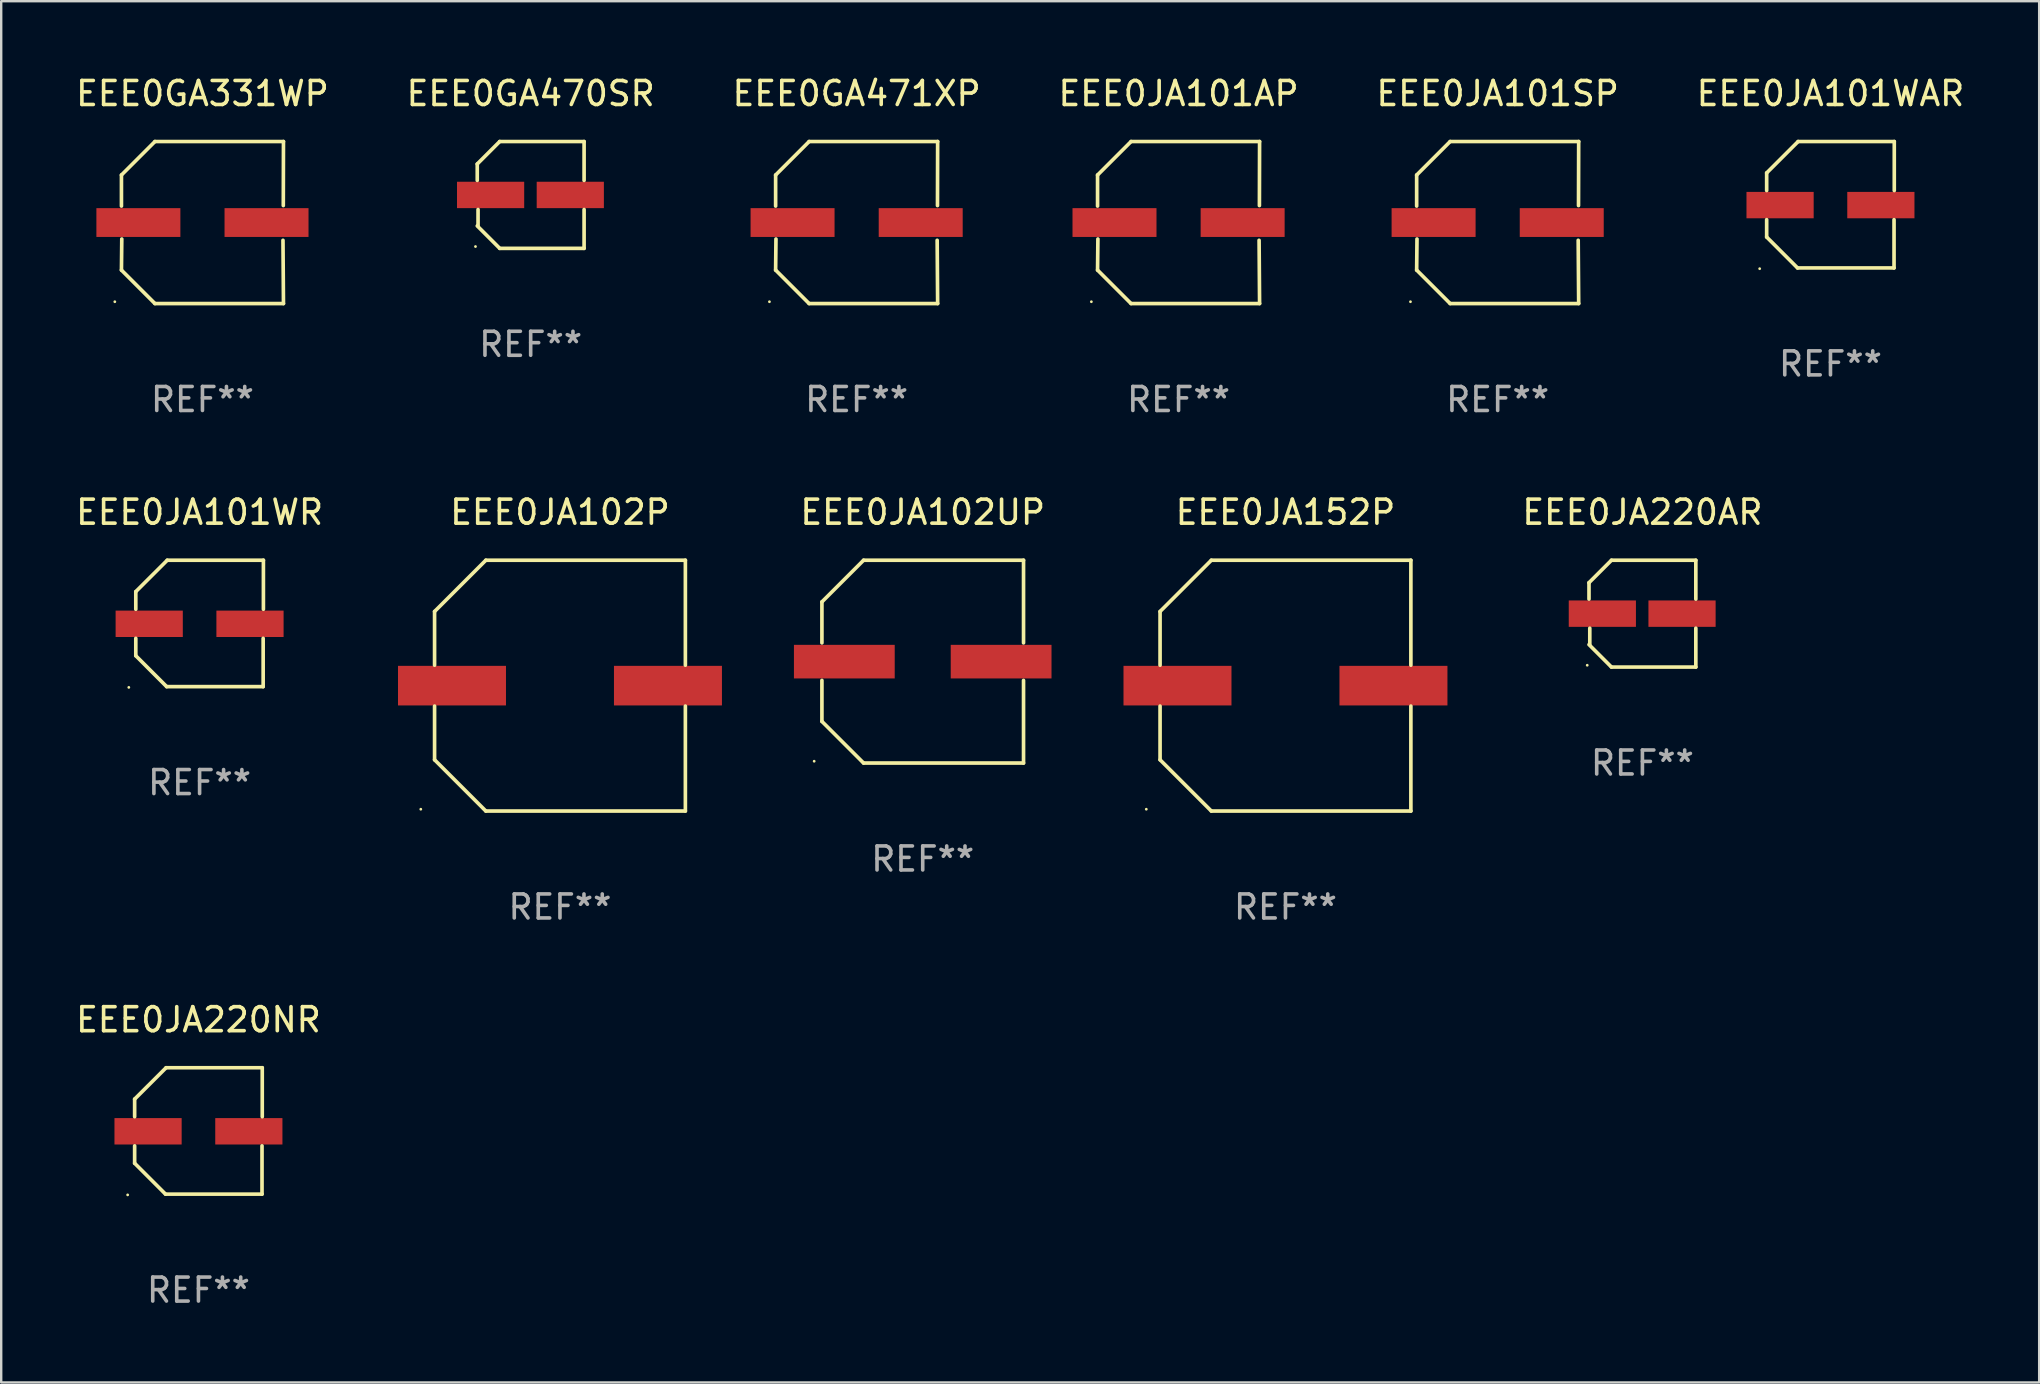
<source format=kicad_pcb>
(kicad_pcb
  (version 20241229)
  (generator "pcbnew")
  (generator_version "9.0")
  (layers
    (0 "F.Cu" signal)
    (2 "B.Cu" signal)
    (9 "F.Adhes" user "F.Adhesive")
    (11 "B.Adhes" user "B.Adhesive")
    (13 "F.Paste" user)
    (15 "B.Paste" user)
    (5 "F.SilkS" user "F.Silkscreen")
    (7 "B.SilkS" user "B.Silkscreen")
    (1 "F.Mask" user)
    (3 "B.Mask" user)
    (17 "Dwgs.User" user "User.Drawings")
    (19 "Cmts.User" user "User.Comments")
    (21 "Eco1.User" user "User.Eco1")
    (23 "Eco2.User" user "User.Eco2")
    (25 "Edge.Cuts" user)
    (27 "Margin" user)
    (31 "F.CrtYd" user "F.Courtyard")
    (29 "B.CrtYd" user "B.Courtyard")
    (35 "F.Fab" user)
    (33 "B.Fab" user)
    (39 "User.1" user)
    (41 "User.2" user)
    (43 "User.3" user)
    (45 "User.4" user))
  (footprint "EEE0JA220NR"
    (layer "F.Cu")
    (at 5.22 44.08)
    (property "Reference" "EEE0JA220NR" (at 0 -4.634 0) (layer "F.SilkS") (effects (font (size 1 1) (thickness 0.15))))
    (attr through_hole)
    (fp_line (start -2.659 -1.326) (end -2.659 -0.592) (stroke (width 0.152) (type solid)) (layer "F.SilkS"))
    (fp_line (start -2.659 1.346) (end -2.659 0.622) (stroke (width 0.152) (type solid)) (layer "F.SilkS"))
    (fp_line (start -1.372 2.634) (end -2.659 1.346) (stroke (width 0.152) (type solid)) (layer "F.SilkS"))
    (fp_line (start -1.349 -2.634) (end -2.659 -1.326) (stroke (width 0.152) (type solid)) (layer "F.SilkS"))
    (fp_line (start 2.649 0.622) (end 2.649 2.634) (stroke (width 0.152) (type solid)) (layer "F.SilkS"))
    (fp_line (start 2.649 2.634) (end -1.372 2.634) (stroke (width 0.152) (type solid)) (layer "F.SilkS"))
    (fp_line (start 2.659 -2.634) (end -1.349 -2.634) (stroke (width 0.152) (type solid)) (layer "F.SilkS"))
    (fp_line (start 2.659 -0.592) (end 2.659 -2.634) (stroke (width 0.152) (type solid)) (layer "F.SilkS"))
    (fp_circle (center -2.95 2.665) (end -2.92 2.665) (stroke (width 0.06) (type solid)) (fill no) (layer "F.SilkS"))
    (fp_text user "REF**" (at 0 6.634 0) (layer "F.Fab") (effects (font (size 1 1) (thickness 0.15))))
    (pad "1" smd rect (at -2.1 0.015) (size 2.8 1.1) (layers "F.Cu" "F.Mask" "F.Paste"))
    (pad "2" smd rect (at 2.1 0.015) (size 2.8 1.1) (layers "F.Cu" "F.Mask" "F.Paste")))
  (footprint "EEE0JA102P"
    (layer "F.Cu")
    (at 20.286 25.523)
    (property "Reference" "EEE0JA102P" (at 0 -7.226 0) (layer "F.SilkS") (effects (font (size 1 1) (thickness 0.15))))
    (attr through_hole)
    (fp_line (start -5.226 -3.09) (end -5.226 -0.852) (stroke (width 0.152) (type solid)) (layer "F.SilkS"))
    (fp_line (start -5.226 3.09) (end -5.226 0.852) (stroke (width 0.152) (type solid)) (layer "F.SilkS"))
    (fp_line (start -3.09 -5.226) (end -5.226 -3.09) (stroke (width 0.152) (type solid)) (layer "F.SilkS"))
    (fp_line (start -3.09 5.226) (end -5.226 3.09) (stroke (width 0.152) (type solid)) (layer "F.SilkS"))
    (fp_line (start 5.226 -5.226) (end -3.09 -5.226) (stroke (width 0.152) (type solid)) (layer "F.SilkS"))
    (fp_line (start 5.226 -0.852) (end 5.226 -5.226) (stroke (width 0.152) (type solid)) (layer "F.SilkS"))
    (fp_line (start 5.226 0.852) (end 5.226 5.226) (stroke (width 0.152) (type solid)) (layer "F.SilkS"))
    (fp_line (start 5.226 5.226) (end -3.09 5.226) (stroke (width 0.152) (type solid)) (layer "F.SilkS"))
    (fp_circle (center -5.8 5.15) (end -5.77 5.15) (stroke (width 0.06) (type solid)) (fill no) (layer "F.SilkS"))
    (fp_text user "REF**" (at 0 9.226 0) (layer "F.Fab") (effects (font (size 1 1) (thickness 0.15))))
    (pad "1" smd rect (at -4.5 0) (size 4.5 1.65) (layers "F.Cu" "F.Mask" "F.Paste"))
    (pad "2" smd rect (at 4.5 0) (size 4.5 1.65) (layers "F.Cu" "F.Mask" "F.Paste")))
  (footprint "EEE0JA220AR"
    (layer "F.Cu")
    (at 65.395 22.523)
    (property "Reference" "EEE0JA220AR" (at 0 -4.226 0) (layer "F.SilkS") (effects (font (size 1 1) (thickness 0.15))))
    (attr through_hole)
    (fp_line (start -2.226 -1.29) (end -2.226 -0.607) (stroke (width 0.152) (type solid)) (layer "F.SilkS"))
    (fp_line (start -2.193 1.29) (end -2.193 0.607) (stroke (width 0.152) (type solid)) (layer "F.SilkS"))
    (fp_line (start -1.29 2.226) (end -2.226 1.29) (stroke (width 0.152) (type solid)) (layer "F.SilkS"))
    (fp_line (start -1.29 -2.226) (end -2.226 -1.29) (stroke (width 0.152) (type solid)) (layer "F.SilkS"))
    (fp_line (start 2.226 -2.226) (end -1.29 -2.226) (stroke (width 0.152) (type solid)) (layer "F.SilkS"))
    (fp_line (start 2.226 -0.607) (end 2.226 -2.226) (stroke (width 0.152) (type solid)) (layer "F.SilkS"))
    (fp_line (start 2.226 0.607) (end 2.226 2.226) (stroke (width 0.152) (type solid)) (layer "F.SilkS"))
    (fp_line (start 2.226 2.226) (end -1.29 2.226) (stroke (width 0.152) (type solid)) (layer "F.SilkS"))
    (fp_circle (center -2.3 2.15) (end -2.27 2.15) (stroke (width 0.06) (type solid)) (fill no) (layer "F.SilkS"))
    (fp_text user "REF**" (at 0 6.226 0) (layer "F.Fab") (effects (font (size 1 1) (thickness 0.15))))
    (pad "1" smd rect (at -1.67 -0.000025) (size 2.8 1.1) (layers "F.Cu" "F.Mask" "F.Paste"))
    (pad "2" smd rect (at 1.651 -0.000025) (size 2.8 1.1) (layers "F.Cu" "F.Mask" "F.Paste")))
  (footprint "EEE0JA102UP"
    (layer "F.Cu")
    (at 35.403 24.523)
    (property "Reference" "EEE0JA102UP" (at 0 -6.226 0) (layer "F.SilkS") (effects (font (size 1 1) (thickness 0.15))))
    (attr through_hole)
    (fp_line (start -4.201 -2.49) (end -4.201 -0.782) (stroke (width 0.152) (type solid)) (layer "F.SilkS"))
    (fp_line (start -4.201 2.49) (end -4.201 0.782) (stroke (width 0.152) (type solid)) (layer "F.SilkS"))
    (fp_line (start -2.465 -4.226) (end -4.201 -2.49) (stroke (width 0.152) (type solid)) (layer "F.SilkS"))
    (fp_line (start -2.465 4.226) (end -4.201 2.49) (stroke (width 0.152) (type solid)) (layer "F.SilkS"))
    (fp_line (start 4.201 -4.226) (end -2.465 -4.226) (stroke (width 0.152) (type solid)) (layer "F.SilkS"))
    (fp_line (start 4.201 -0.782) (end 4.201 -4.226) (stroke (width 0.152) (type solid)) (layer "F.SilkS"))
    (fp_line (start 4.201 0.782) (end 4.201 4.226) (stroke (width 0.152) (type solid)) (layer "F.SilkS"))
    (fp_line (start 4.201 4.226) (end -2.465 4.226) (stroke (width 0.152) (type solid)) (layer "F.SilkS"))
    (fp_circle (center -4.524 4.15) (end -4.494 4.15) (stroke (width 0.06) (type solid)) (fill no) (layer "F.SilkS"))
    (fp_text user "REF**" (at 0 8.226 0) (layer "F.Fab") (effects (font (size 1 1) (thickness 0.15))))
    (pad "1" smd rect (at -3.267 0) (size 4.2 1.4) (layers "F.Cu" "F.Mask" "F.Paste"))
    (pad "2" smd rect (at 3.267 0) (size 4.2 1.4) (layers "F.Cu" "F.Mask" "F.Paste")))
  (footprint "EEE0JA152P"
    (layer "F.Cu")
    (at 50.52 25.523)
    (property "Reference" "EEE0JA152P" (at 0 -7.226 0) (layer "F.SilkS") (effects (font (size 1 1) (thickness 0.15))))
    (attr through_hole)
    (fp_line (start -5.226 -3.09) (end -5.226 -0.852) (stroke (width 0.152) (type solid)) (layer "F.SilkS"))
    (fp_line (start -5.226 3.09) (end -5.226 0.852) (stroke (width 0.152) (type solid)) (layer "F.SilkS"))
    (fp_line (start -3.09 -5.226) (end -5.226 -3.09) (stroke (width 0.152) (type solid)) (layer "F.SilkS"))
    (fp_line (start -3.09 5.226) (end -5.226 3.09) (stroke (width 0.152) (type solid)) (layer "F.SilkS"))
    (fp_line (start 5.226 -5.226) (end -3.09 -5.226) (stroke (width 0.152) (type solid)) (layer "F.SilkS"))
    (fp_line (start 5.226 -0.852) (end 5.226 -5.226) (stroke (width 0.152) (type solid)) (layer "F.SilkS"))
    (fp_line (start 5.226 0.852) (end 5.226 5.226) (stroke (width 0.152) (type solid)) (layer "F.SilkS"))
    (fp_line (start 5.226 5.226) (end -3.09 5.226) (stroke (width 0.152) (type solid)) (layer "F.SilkS"))
    (fp_circle (center -5.8 5.15) (end -5.77 5.15) (stroke (width 0.06) (type solid)) (fill no) (layer "F.SilkS"))
    (fp_text user "REF**" (at 0 9.226 0) (layer "F.Fab") (effects (font (size 1 1) (thickness 0.15))))
    (pad "1" smd rect (at -4.5 0) (size 4.5 1.65) (layers "F.Cu" "F.Mask" "F.Paste"))
    (pad "2" smd rect (at 4.5 0) (size 4.5 1.65) (layers "F.Cu" "F.Mask" "F.Paste")))
  (footprint "EEE0JA101WR"
    (layer "F.Cu")
    (at 5.268 22.931)
    (property "Reference" "EEE0JA101WR" (at 0 -4.634 0) (layer "F.SilkS") (effects (font (size 1 1) (thickness 0.15))))
    (attr through_hole)
    (fp_line (start -2.659 -1.326) (end -2.659 -0.592) (stroke (width 0.152) (type solid)) (layer "F.SilkS"))
    (fp_line (start -2.659 1.346) (end -2.659 0.622) (stroke (width 0.152) (type solid)) (layer "F.SilkS"))
    (fp_line (start -1.372 2.634) (end -2.659 1.346) (stroke (width 0.152) (type solid)) (layer "F.SilkS"))
    (fp_line (start -1.349 -2.634) (end -2.659 -1.326) (stroke (width 0.152) (type solid)) (layer "F.SilkS"))
    (fp_line (start 2.649 0.622) (end 2.649 2.634) (stroke (width 0.152) (type solid)) (layer "F.SilkS"))
    (fp_line (start 2.649 2.634) (end -1.372 2.634) (stroke (width 0.152) (type solid)) (layer "F.SilkS"))
    (fp_line (start 2.659 -2.634) (end -1.349 -2.634) (stroke (width 0.152) (type solid)) (layer "F.SilkS"))
    (fp_line (start 2.659 -0.592) (end 2.659 -2.634) (stroke (width 0.152) (type solid)) (layer "F.SilkS"))
    (fp_circle (center -2.95 2.665) (end -2.92 2.665) (stroke (width 0.06) (type solid)) (fill no) (layer "F.SilkS"))
    (fp_text user "REF**" (at 0 6.634 0) (layer "F.Fab") (effects (font (size 1 1) (thickness 0.15))))
    (pad "1" smd rect (at -2.1 0.015) (size 2.8 1.1) (layers "F.Cu" "F.Mask" "F.Paste"))
    (pad "2" smd rect (at 2.1 0.015) (size 2.8 1.1) (layers "F.Cu" "F.Mask" "F.Paste")))
  (footprint "EEE0JA101SP"
    (layer "F.Cu")
    (at 59.363 6.224)
    (property "Reference" "EEE0JA101SP" (at 0 -5.376 0) (layer "F.SilkS") (effects (font (size 1 1) (thickness 0.15))))
    (attr through_hole)
    (fp_line (start -3.376 -1.98) (end -3.376 -0.686) (stroke (width 0.152) (type solid)) (layer "F.SilkS"))
    (fp_line (start -3.376 1.981) (end -3.362 0.686) (stroke (width 0.152) (type solid)) (layer "F.SilkS"))
    (fp_line (start -1.981 3.376) (end -3.376 1.981) (stroke (width 0.152) (type solid)) (layer "F.SilkS"))
    (fp_line (start -1.98 -3.376) (end -3.376 -1.98) (stroke (width 0.152) (type solid)) (layer "F.SilkS"))
    (fp_line (start 3.356 0.74) (end 3.376 3.376) (stroke (width 0.152) (type solid)) (layer "F.SilkS"))
    (fp_line (start 3.369 -0.707) (end 3.376 -3.376) (stroke (width 0.152) (type solid)) (layer "F.SilkS"))
    (fp_line (start 3.376 3.376) (end -1.981 3.376) (stroke (width 0.152) (type solid)) (layer "F.SilkS"))
    (fp_line (start 3.376 -3.376) (end -1.98 -3.376) (stroke (width 0.152) (type solid)) (layer "F.SilkS"))
    (fp_circle (center -3.634 3.3) (end -3.604 3.3) (stroke (width 0.06) (type solid)) (fill no) (layer "F.SilkS"))
    (fp_text user "REF**" (at 0 7.376 0) (layer "F.Fab") (effects (font (size 1 1) (thickness 0.15))))
    (pad "1" smd rect (at -2.67 0.000254) (size 3.5 1.2) (layers "F.Cu" "F.Mask" "F.Paste"))
    (pad "2" smd rect (at 2.67 0.000254) (size 3.5 1.2) (layers "F.Cu" "F.Mask" "F.Paste")))
  (footprint "EEE0JA101AP"
    (layer "F.Cu")
    (at 46.065 6.224)
    (property "Reference" "EEE0JA101AP" (at 0 -5.376 0) (layer "F.SilkS") (effects (font (size 1 1) (thickness 0.15))))
    (attr through_hole)
    (fp_line (start -3.376 -1.98) (end -3.376 -0.686) (stroke (width 0.152) (type solid)) (layer "F.SilkS"))
    (fp_line (start -3.376 1.981) (end -3.362 0.686) (stroke (width 0.152) (type solid)) (layer "F.SilkS"))
    (fp_line (start -1.981 3.376) (end -3.376 1.981) (stroke (width 0.152) (type solid)) (layer "F.SilkS"))
    (fp_line (start -1.98 -3.376) (end -3.376 -1.98) (stroke (width 0.152) (type solid)) (layer "F.SilkS"))
    (fp_line (start 3.356 0.74) (end 3.376 3.376) (stroke (width 0.152) (type solid)) (layer "F.SilkS"))
    (fp_line (start 3.369 -0.707) (end 3.376 -3.376) (stroke (width 0.152) (type solid)) (layer "F.SilkS"))
    (fp_line (start 3.376 3.376) (end -1.981 3.376) (stroke (width 0.152) (type solid)) (layer "F.SilkS"))
    (fp_line (start 3.376 -3.376) (end -1.98 -3.376) (stroke (width 0.152) (type solid)) (layer "F.SilkS"))
    (fp_circle (center -3.634 3.3) (end -3.604 3.3) (stroke (width 0.06) (type solid)) (fill no) (layer "F.SilkS"))
    (fp_text user "REF**" (at 0 7.376 0) (layer "F.Fab") (effects (font (size 1 1) (thickness 0.15))))
    (pad "1" smd rect (at -2.67 0.000254) (size 3.5 1.2) (layers "F.Cu" "F.Mask" "F.Paste"))
    (pad "2" smd rect (at 2.67 0.000254) (size 3.5 1.2) (layers "F.Cu" "F.Mask" "F.Paste")))
  (footprint "EEE0JA101WAR"
    (layer "F.Cu")
    (at 73.232 5.482)
    (property "Reference" "EEE0JA101WAR" (at 0 -4.634 0) (layer "F.SilkS") (effects (font (size 1 1) (thickness 0.15))))
    (attr through_hole)
    (fp_line (start -2.659 -1.326) (end -2.659 -0.592) (stroke (width 0.152) (type solid)) (layer "F.SilkS"))
    (fp_line (start -2.659 1.346) (end -2.659 0.622) (stroke (width 0.152) (type solid)) (layer "F.SilkS"))
    (fp_line (start -1.372 2.634) (end -2.659 1.346) (stroke (width 0.152) (type solid)) (layer "F.SilkS"))
    (fp_line (start -1.349 -2.634) (end -2.659 -1.326) (stroke (width 0.152) (type solid)) (layer "F.SilkS"))
    (fp_line (start 2.649 0.622) (end 2.649 2.634) (stroke (width 0.152) (type solid)) (layer "F.SilkS"))
    (fp_line (start 2.649 2.634) (end -1.372 2.634) (stroke (width 0.152) (type solid)) (layer "F.SilkS"))
    (fp_line (start 2.659 -2.634) (end -1.349 -2.634) (stroke (width 0.152) (type solid)) (layer "F.SilkS"))
    (fp_line (start 2.659 -0.592) (end 2.659 -2.634) (stroke (width 0.152) (type solid)) (layer "F.SilkS"))
    (fp_circle (center -2.95 2.665) (end -2.92 2.665) (stroke (width 0.06) (type solid)) (fill no) (layer "F.SilkS"))
    (fp_text user "REF**" (at 0 6.634 0) (layer "F.Fab") (effects (font (size 1 1) (thickness 0.15))))
    (pad "1" smd rect (at -2.1 0.015) (size 2.8 1.1) (layers "F.Cu" "F.Mask" "F.Paste"))
    (pad "2" smd rect (at 2.1 0.015) (size 2.8 1.1) (layers "F.Cu" "F.Mask" "F.Paste")))
  (footprint "EEE0GA471XP"
    (layer "F.Cu")
    (at 32.649 6.224)
    (property "Reference" "EEE0GA471XP" (at 0 -5.376 0) (layer "F.SilkS") (effects (font (size 1 1) (thickness 0.15))))
    (attr through_hole)
    (fp_line (start -3.376 -1.98) (end -3.376 -0.686) (stroke (width 0.152) (type solid)) (layer "F.SilkS"))
    (fp_line (start -3.376 1.981) (end -3.362 0.686) (stroke (width 0.152) (type solid)) (layer "F.SilkS"))
    (fp_line (start -1.981 3.376) (end -3.376 1.981) (stroke (width 0.152) (type solid)) (layer "F.SilkS"))
    (fp_line (start -1.98 -3.376) (end -3.376 -1.98) (stroke (width 0.152) (type solid)) (layer "F.SilkS"))
    (fp_line (start 3.356 0.74) (end 3.376 3.376) (stroke (width 0.152) (type solid)) (layer "F.SilkS"))
    (fp_line (start 3.369 -0.707) (end 3.376 -3.376) (stroke (width 0.152) (type solid)) (layer "F.SilkS"))
    (fp_line (start 3.376 3.376) (end -1.981 3.376) (stroke (width 0.152) (type solid)) (layer "F.SilkS"))
    (fp_line (start 3.376 -3.376) (end -1.98 -3.376) (stroke (width 0.152) (type solid)) (layer "F.SilkS"))
    (fp_circle (center -3.634 3.3) (end -3.604 3.3) (stroke (width 0.06) (type solid)) (fill no) (layer "F.SilkS"))
    (fp_text user "REF**" (at 0 7.376 0) (layer "F.Fab") (effects (font (size 1 1) (thickness 0.15))))
    (pad "1" smd rect (at -2.67 0.000254) (size 3.5 1.2) (layers "F.Cu" "F.Mask" "F.Paste"))
    (pad "2" smd rect (at 2.67 0.000254) (size 3.5 1.2) (layers "F.Cu" "F.Mask" "F.Paste")))
  (footprint "EEE0GA470SR"
    (layer "F.Cu")
    (at 19.065 5.074)
    (property "Reference" "EEE0GA470SR" (at 0 -4.226 0) (layer "F.SilkS") (effects (font (size 1 1) (thickness 0.15))))
    (attr through_hole)
    (fp_line (start -2.226 -1.29) (end -2.226 -0.607) (stroke (width 0.152) (type solid)) (layer "F.SilkS"))
    (fp_line (start -2.193 1.29) (end -2.193 0.607) (stroke (width 0.152) (type solid)) (layer "F.SilkS"))
    (fp_line (start -1.29 2.226) (end -2.226 1.29) (stroke (width 0.152) (type solid)) (layer "F.SilkS"))
    (fp_line (start -1.29 -2.226) (end -2.226 -1.29) (stroke (width 0.152) (type solid)) (layer "F.SilkS"))
    (fp_line (start 2.226 -2.226) (end -1.29 -2.226) (stroke (width 0.152) (type solid)) (layer "F.SilkS"))
    (fp_line (start 2.226 -0.607) (end 2.226 -2.226) (stroke (width 0.152) (type solid)) (layer "F.SilkS"))
    (fp_line (start 2.226 0.607) (end 2.226 2.226) (stroke (width 0.152) (type solid)) (layer "F.SilkS"))
    (fp_line (start 2.226 2.226) (end -1.29 2.226) (stroke (width 0.152) (type solid)) (layer "F.SilkS"))
    (fp_circle (center -2.3 2.15) (end -2.27 2.15) (stroke (width 0.06) (type solid)) (fill no) (layer "F.SilkS"))
    (fp_text user "REF**" (at 0 6.226 0) (layer "F.Fab") (effects (font (size 1 1) (thickness 0.15))))
    (pad "1" smd rect (at -1.67 -0.000025) (size 2.8 1.1) (layers "F.Cu" "F.Mask" "F.Paste"))
    (pad "2" smd rect (at 1.651 -0.000025) (size 2.8 1.1) (layers "F.Cu" "F.Mask" "F.Paste")))
  (footprint "EEE0GA331WP"
    (layer "F.Cu")
    (at 5.387 6.224)
    (property "Reference" "EEE0GA331WP" (at 0 -5.376 0) (layer "F.SilkS") (effects (font (size 1 1) (thickness 0.15))))
    (attr through_hole)
    (fp_line (start -3.376 -1.98) (end -3.376 -0.686) (stroke (width 0.152) (type solid)) (layer "F.SilkS"))
    (fp_line (start -3.376 1.981) (end -3.362 0.686) (stroke (width 0.152) (type solid)) (layer "F.SilkS"))
    (fp_line (start -1.981 3.376) (end -3.376 1.981) (stroke (width 0.152) (type solid)) (layer "F.SilkS"))
    (fp_line (start -1.98 -3.376) (end -3.376 -1.98) (stroke (width 0.152) (type solid)) (layer "F.SilkS"))
    (fp_line (start 3.356 0.74) (end 3.376 3.376) (stroke (width 0.152) (type solid)) (layer "F.SilkS"))
    (fp_line (start 3.369 -0.707) (end 3.376 -3.376) (stroke (width 0.152) (type solid)) (layer "F.SilkS"))
    (fp_line (start 3.376 3.376) (end -1.981 3.376) (stroke (width 0.152) (type solid)) (layer "F.SilkS"))
    (fp_line (start 3.376 -3.376) (end -1.98 -3.376) (stroke (width 0.152) (type solid)) (layer "F.SilkS"))
    (fp_circle (center -3.652 3.3) (end -3.622 3.3) (stroke (width 0.06) (type solid)) (fill no) (layer "F.SilkS"))
    (fp_text user "REF**" (at 0 7.376 0) (layer "F.Fab") (effects (font (size 1 1) (thickness 0.15))))
    (pad "1" smd rect (at -2.67 0.000229) (size 3.5 1.2) (layers "F.Cu" "F.Mask" "F.Paste"))
    (pad "2" smd rect (at 2.67 0.000229) (size 3.5 1.2) (layers "F.Cu" "F.Mask" "F.Paste")))
  (gr_rect
    (start -3 -3)
    (end 81.929 54.562)
    (stroke (width 0.1) (type default))
    (fill no)
    (layer "Edge.Cuts")))
</source>
